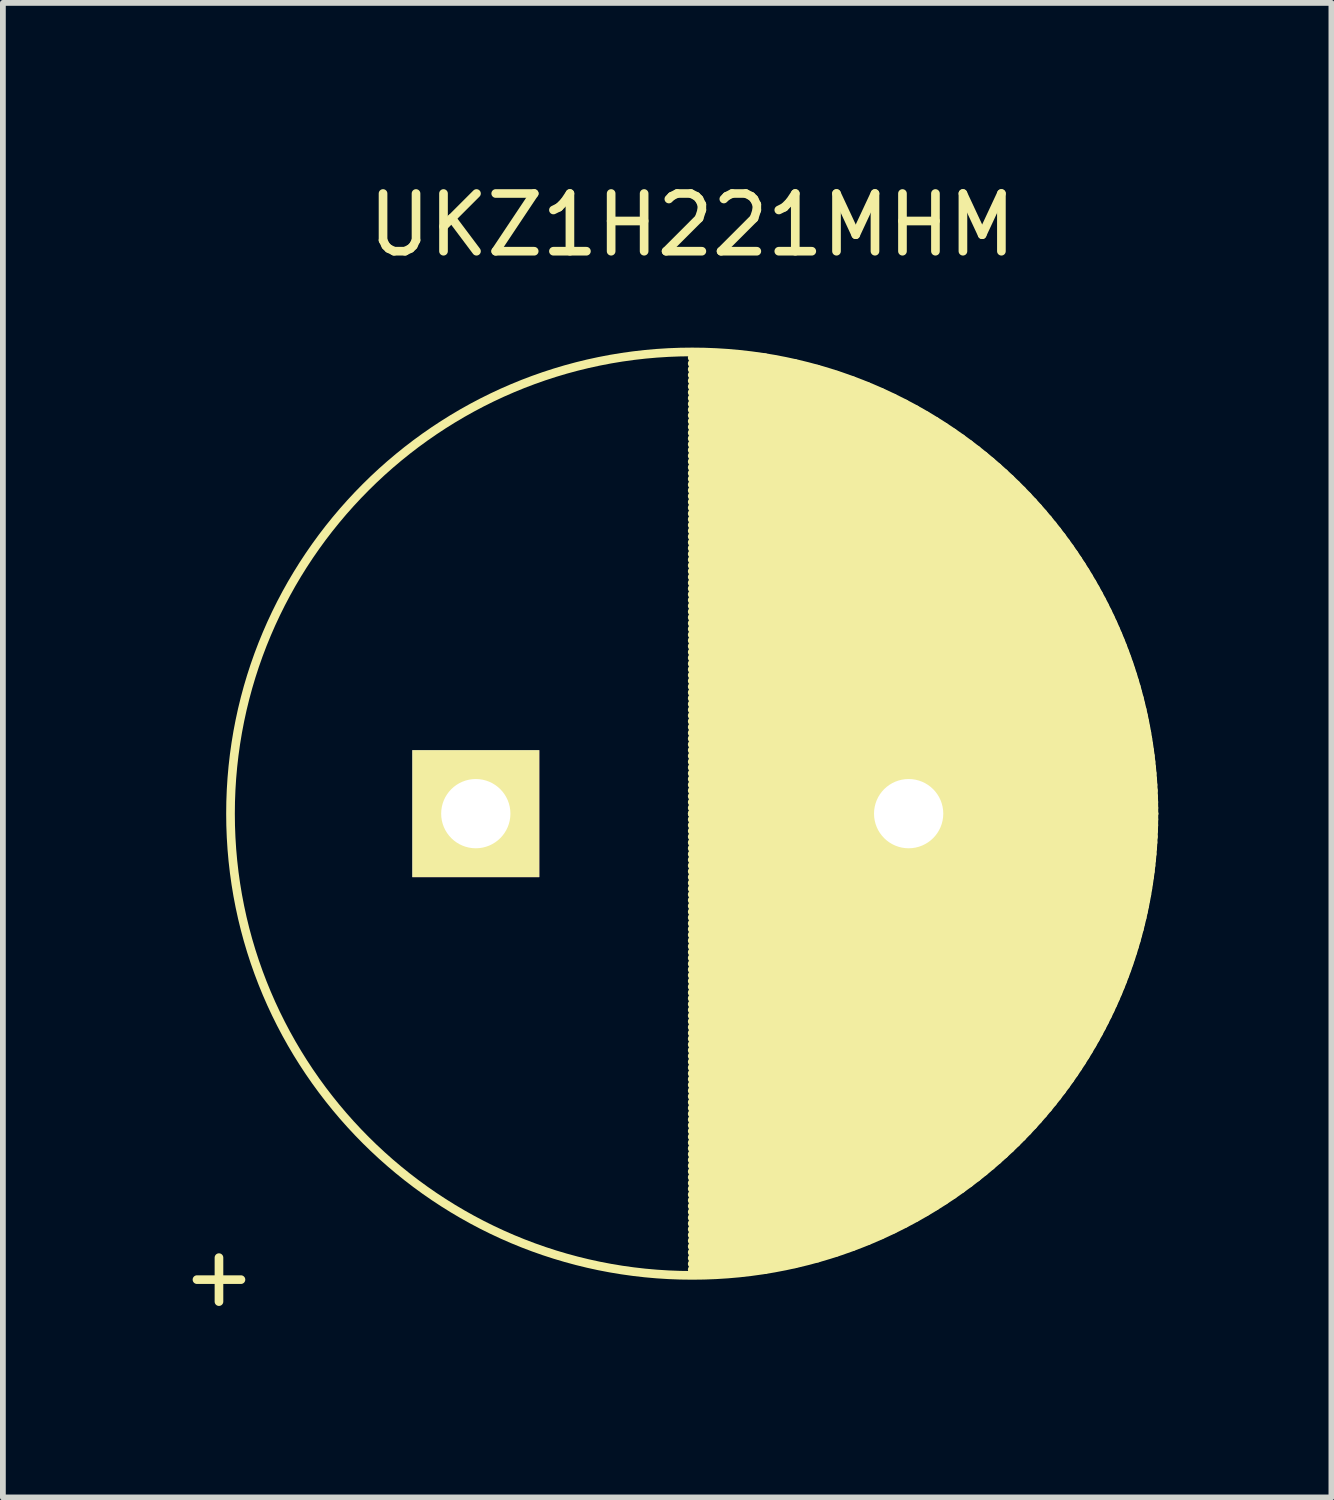
<source format=kicad_pcb>
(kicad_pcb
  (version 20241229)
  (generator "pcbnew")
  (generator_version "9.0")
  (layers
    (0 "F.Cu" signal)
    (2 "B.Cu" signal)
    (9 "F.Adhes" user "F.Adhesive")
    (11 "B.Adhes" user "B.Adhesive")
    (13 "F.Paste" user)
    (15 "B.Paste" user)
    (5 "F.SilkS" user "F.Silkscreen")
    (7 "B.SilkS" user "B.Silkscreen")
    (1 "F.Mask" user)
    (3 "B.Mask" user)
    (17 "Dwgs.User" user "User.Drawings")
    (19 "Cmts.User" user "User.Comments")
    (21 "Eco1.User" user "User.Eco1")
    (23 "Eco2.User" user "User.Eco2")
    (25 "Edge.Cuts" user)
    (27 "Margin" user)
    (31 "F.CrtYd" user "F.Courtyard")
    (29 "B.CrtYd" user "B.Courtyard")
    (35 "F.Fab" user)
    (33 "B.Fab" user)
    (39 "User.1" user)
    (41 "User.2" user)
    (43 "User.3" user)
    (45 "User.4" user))
  (footprint "UKZ1H221MHM"
    (layer "F.Cu")
    (at 5.194 11.048)
    (property "Reference" "UKZ1H221MHM" (at 3.75 -10.2 0) (layer "F.SilkS") (effects (font (size 1 1) (thickness 0.15))))
    (attr through_hole)
    (fp_line (start 3.75 -7.9) (end 5.011 -7.9) (stroke (width 0.15) (type solid)) (layer "F.SilkS"))
    (fp_line (start 3.75 -7.8) (end 5.528 -7.8) (stroke (width 0.15) (type solid)) (layer "F.SilkS"))
    (fp_line (start 3.75 -7.7) (end 5.92 -7.7) (stroke (width 0.15) (type solid)) (layer "F.SilkS"))
    (fp_line (start 3.75 -7.6) (end 6.248 -7.6) (stroke (width 0.15) (type solid)) (layer "F.SilkS"))
    (fp_line (start 3.75 -7.5) (end 6.534 -7.5) (stroke (width 0.15) (type solid)) (layer "F.SilkS"))
    (fp_line (start 3.75 -7.4) (end 6.79 -7.4) (stroke (width 0.15) (type solid)) (layer "F.SilkS"))
    (fp_line (start 3.75 -7.3) (end 7.023 -7.3) (stroke (width 0.15) (type solid)) (layer "F.SilkS"))
    (fp_line (start 3.75 -7.2) (end 7.237 -7.2) (stroke (width 0.15) (type solid)) (layer "F.SilkS"))
    (fp_line (start 3.75 -7.1) (end 7.436 -7.1) (stroke (width 0.15) (type solid)) (layer "F.SilkS"))
    (fp_line (start 3.75 -7) (end 7.623 -7) (stroke (width 0.15) (type solid)) (layer "F.SilkS"))
    (fp_line (start 3.75 -6.9) (end 7.798 -6.9) (stroke (width 0.15) (type solid)) (layer "F.SilkS"))
    (fp_line (start 3.75 -6.8) (end 7.964 -6.8) (stroke (width 0.15) (type solid)) (layer "F.SilkS"))
    (fp_line (start 3.75 -6.7) (end 8.121 -6.7) (stroke (width 0.15) (type solid)) (layer "F.SilkS"))
    (fp_line (start 3.75 -6.6) (end 8.271 -6.6) (stroke (width 0.15) (type solid)) (layer "F.SilkS"))
    (fp_line (start 3.75 -6.5) (end 8.414 -6.5) (stroke (width 0.15) (type solid)) (layer "F.SilkS"))
    (fp_line (start 3.75 -6.4) (end 8.55 -6.4) (stroke (width 0.15) (type solid)) (layer "F.SilkS"))
    (fp_line (start 3.75 -6.3) (end 8.681 -6.3) (stroke (width 0.15) (type solid)) (layer "F.SilkS"))
    (fp_line (start 3.75 -6.2) (end 8.806 -6.2) (stroke (width 0.15) (type solid)) (layer "F.SilkS"))
    (fp_line (start 3.75 -6.1) (end 8.926 -6.1) (stroke (width 0.15) (type solid)) (layer "F.SilkS"))
    (fp_line (start 3.75 -6) (end 9.042 -6) (stroke (width 0.15) (type solid)) (layer "F.SilkS"))
    (fp_line (start 3.75 -5.9) (end 9.153 -5.9) (stroke (width 0.15) (type solid)) (layer "F.SilkS"))
    (fp_line (start 3.75 -5.8) (end 9.26 -5.8) (stroke (width 0.15) (type solid)) (layer "F.SilkS"))
    (fp_line (start 3.75 -5.7) (end 9.363 -5.7) (stroke (width 0.15) (type solid)) (layer "F.SilkS"))
    (fp_line (start 3.75 -5.6) (end 9.463 -5.6) (stroke (width 0.15) (type solid)) (layer "F.SilkS"))
    (fp_line (start 3.75 -5.5) (end 9.559 -5.5) (stroke (width 0.15) (type solid)) (layer "F.SilkS"))
    (fp_line (start 3.75 -5.4) (end 9.653 -5.4) (stroke (width 0.15) (type solid)) (layer "F.SilkS"))
    (fp_line (start 3.75 -5.3) (end 9.742 -5.3) (stroke (width 0.15) (type solid)) (layer "F.SilkS"))
    (fp_line (start 3.75 -5.2) (end 9.829 -5.2) (stroke (width 0.15) (type solid)) (layer "F.SilkS"))
    (fp_line (start 3.75 -5.1) (end 9.914 -5.1) (stroke (width 0.15) (type solid)) (layer "F.SilkS"))
    (fp_line (start 3.75 -5) (end 9.995 -5) (stroke (width 0.15) (type solid)) (layer "F.SilkS"))
    (fp_line (start 3.75 -4.9) (end 10.074 -4.9) (stroke (width 0.15) (type solid)) (layer "F.SilkS"))
    (fp_line (start 3.75 -4.8) (end 10.15 -4.8) (stroke (width 0.15) (type solid)) (layer "F.SilkS"))
    (fp_line (start 3.75 -4.7) (end 10.224 -4.7) (stroke (width 0.15) (type solid)) (layer "F.SilkS"))
    (fp_line (start 3.75 -4.6) (end 10.295 -4.6) (stroke (width 0.15) (type solid)) (layer "F.SilkS"))
    (fp_line (start 3.75 -4.5) (end 10.364 -4.5) (stroke (width 0.15) (type solid)) (layer "F.SilkS"))
    (fp_line (start 3.75 -4.4) (end 10.431 -4.4) (stroke (width 0.15) (type solid)) (layer "F.SilkS"))
    (fp_line (start 3.75 -4.3) (end 10.496 -4.3) (stroke (width 0.15) (type solid)) (layer "F.SilkS"))
    (fp_line (start 3.75 -4.2) (end 10.559 -4.2) (stroke (width 0.15) (type solid)) (layer "F.SilkS"))
    (fp_line (start 3.75 -4.1) (end 10.619 -4.1) (stroke (width 0.15) (type solid)) (layer "F.SilkS"))
    (fp_line (start 3.75 -4) (end 10.678 -4) (stroke (width 0.15) (type solid)) (layer "F.SilkS"))
    (fp_line (start 3.75 -3.9) (end 10.735 -3.9) (stroke (width 0.15) (type solid)) (layer "F.SilkS"))
    (fp_line (start 3.75 -3.8) (end 10.79 -3.8) (stroke (width 0.15) (type solid)) (layer "F.SilkS"))
    (fp_line (start 3.75 -3.7) (end 10.843 -3.7) (stroke (width 0.15) (type solid)) (layer "F.SilkS"))
    (fp_line (start 3.75 -3.6) (end 10.894 -3.6) (stroke (width 0.15) (type solid)) (layer "F.SilkS"))
    (fp_line (start 3.75 -3.5) (end 10.944 -3.5) (stroke (width 0.15) (type solid)) (layer "F.SilkS"))
    (fp_line (start 3.75 -3.4) (end 10.992 -3.4) (stroke (width 0.15) (type solid)) (layer "F.SilkS"))
    (fp_line (start 3.75 -3.3) (end 11.038 -3.3) (stroke (width 0.15) (type solid)) (layer "F.SilkS"))
    (fp_line (start 3.75 -3.2) (end 11.082 -3.2) (stroke (width 0.15) (type solid)) (layer "F.SilkS"))
    (fp_line (start 3.75 -3.1) (end 11.125 -3.1) (stroke (width 0.15) (type solid)) (layer "F.SilkS"))
    (fp_line (start 3.75 -3) (end 11.166 -3) (stroke (width 0.15) (type solid)) (layer "F.SilkS"))
    (fp_line (start 3.75 -2.9) (end 11.206 -2.9) (stroke (width 0.15) (type solid)) (layer "F.SilkS"))
    (fp_line (start 3.75 -2.8) (end 11.244 -2.8) (stroke (width 0.15) (type solid)) (layer "F.SilkS"))
    (fp_line (start 3.75 -2.7) (end 11.281 -2.7) (stroke (width 0.15) (type solid)) (layer "F.SilkS"))
    (fp_line (start 3.75 -2.6) (end 11.316 -2.6) (stroke (width 0.15) (type solid)) (layer "F.SilkS"))
    (fp_line (start 3.75 -2.5) (end 11.349 -2.5) (stroke (width 0.15) (type solid)) (layer "F.SilkS"))
    (fp_line (start 3.75 -2.4) (end 11.382 -2.4) (stroke (width 0.15) (type solid)) (layer "F.SilkS"))
    (fp_line (start 3.75 -2.3) (end 11.412 -2.3) (stroke (width 0.15) (type solid)) (layer "F.SilkS"))
    (fp_line (start 3.75 -2.2) (end 11.442 -2.2) (stroke (width 0.15) (type solid)) (layer "F.SilkS"))
    (fp_line (start 3.75 -2.1) (end 11.469 -2.1) (stroke (width 0.15) (type solid)) (layer "F.SilkS"))
    (fp_line (start 3.75 -2) (end 11.496 -2) (stroke (width 0.15) (type solid)) (layer "F.SilkS"))
    (fp_line (start 3.75 -1.9) (end 11.521 -1.9) (stroke (width 0.15) (type solid)) (layer "F.SilkS"))
    (fp_line (start 3.75 -1.8) (end 11.545 -1.8) (stroke (width 0.15) (type solid)) (layer "F.SilkS"))
    (fp_line (start 3.75 -1.7) (end 11.567 -1.7) (stroke (width 0.15) (type solid)) (layer "F.SilkS"))
    (fp_line (start 3.75 -1.6) (end 11.588 -1.6) (stroke (width 0.15) (type solid)) (layer "F.SilkS"))
    (fp_line (start 3.75 -1.5) (end 11.608 -1.5) (stroke (width 0.15) (type solid)) (layer "F.SilkS"))
    (fp_line (start 3.75 -1.4) (end 11.627 -1.4) (stroke (width 0.15) (type solid)) (layer "F.SilkS"))
    (fp_line (start 3.75 -1.3) (end 11.644 -1.3) (stroke (width 0.15) (type solid)) (layer "F.SilkS"))
    (fp_line (start 3.75 -1.2) (end 11.659 -1.2) (stroke (width 0.15) (type solid)) (layer "F.SilkS"))
    (fp_line (start 3.75 -1.1) (end 11.674 -1.1) (stroke (width 0.15) (type solid)) (layer "F.SilkS"))
    (fp_line (start 3.75 -1) (end 11.687 -1) (stroke (width 0.15) (type solid)) (layer "F.SilkS"))
    (fp_line (start 3.75 -0.9) (end 11.699 -0.9) (stroke (width 0.15) (type solid)) (layer "F.SilkS"))
    (fp_line (start 3.75 -0.8) (end 11.71 -0.8) (stroke (width 0.15) (type solid)) (layer "F.SilkS"))
    (fp_line (start 3.75 -0.7) (end 11.719 -0.7) (stroke (width 0.15) (type solid)) (layer "F.SilkS"))
    (fp_line (start 3.75 -0.6) (end 11.727 -0.6) (stroke (width 0.15) (type solid)) (layer "F.SilkS"))
    (fp_line (start 3.75 -0.5) (end 11.734 -0.5) (stroke (width 0.15) (type solid)) (layer "F.SilkS"))
    (fp_line (start 3.75 -0.4) (end 11.74 -0.4) (stroke (width 0.15) (type solid)) (layer "F.SilkS"))
    (fp_line (start 3.75 -0.3) (end 11.744 -0.3) (stroke (width 0.15) (type solid)) (layer "F.SilkS"))
    (fp_line (start 3.75 -0.2) (end 11.748 -0.2) (stroke (width 0.15) (type solid)) (layer "F.SilkS"))
    (fp_line (start 3.75 -0.1) (end 11.749 -0.1) (stroke (width 0.15) (type solid)) (layer "F.SilkS"))
    (fp_line (start 3.75 0) (end 11.75 0) (stroke (width 0.15) (type solid)) (layer "F.SilkS"))
    (fp_line (start 3.75 0) (end 11.75 0) (stroke (width 0.15) (type solid)) (layer "F.SilkS"))
    (fp_line (start 3.75 0.1) (end 11.749 0.1) (stroke (width 0.15) (type solid)) (layer "F.SilkS"))
    (fp_line (start 3.75 0.2) (end 11.748 0.2) (stroke (width 0.15) (type solid)) (layer "F.SilkS"))
    (fp_line (start 3.75 0.3) (end 11.744 0.3) (stroke (width 0.15) (type solid)) (layer "F.SilkS"))
    (fp_line (start 3.75 0.4) (end 11.74 0.4) (stroke (width 0.15) (type solid)) (layer "F.SilkS"))
    (fp_line (start 3.75 0.5) (end 11.734 0.5) (stroke (width 0.15) (type solid)) (layer "F.SilkS"))
    (fp_line (start 3.75 0.6) (end 11.727 0.6) (stroke (width 0.15) (type solid)) (layer "F.SilkS"))
    (fp_line (start 3.75 0.7) (end 11.719 0.7) (stroke (width 0.15) (type solid)) (layer "F.SilkS"))
    (fp_line (start 3.75 0.8) (end 11.71 0.8) (stroke (width 0.15) (type solid)) (layer "F.SilkS"))
    (fp_line (start 3.75 0.9) (end 11.699 0.9) (stroke (width 0.15) (type solid)) (layer "F.SilkS"))
    (fp_line (start 3.75 1) (end 11.687 1) (stroke (width 0.15) (type solid)) (layer "F.SilkS"))
    (fp_line (start 3.75 1.1) (end 11.674 1.1) (stroke (width 0.15) (type solid)) (layer "F.SilkS"))
    (fp_line (start 3.75 1.2) (end 11.659 1.2) (stroke (width 0.15) (type solid)) (layer "F.SilkS"))
    (fp_line (start 3.75 1.3) (end 11.644 1.3) (stroke (width 0.15) (type solid)) (layer "F.SilkS"))
    (fp_line (start 3.75 1.4) (end 11.627 1.4) (stroke (width 0.15) (type solid)) (layer "F.SilkS"))
    (fp_line (start 3.75 1.5) (end 11.608 1.5) (stroke (width 0.15) (type solid)) (layer "F.SilkS"))
    (fp_line (start 3.75 1.6) (end 11.588 1.6) (stroke (width 0.15) (type solid)) (layer "F.SilkS"))
    (fp_line (start 3.75 1.7) (end 11.567 1.7) (stroke (width 0.15) (type solid)) (layer "F.SilkS"))
    (fp_line (start 3.75 1.8) (end 11.545 1.8) (stroke (width 0.15) (type solid)) (layer "F.SilkS"))
    (fp_line (start 3.75 1.9) (end 11.521 1.9) (stroke (width 0.15) (type solid)) (layer "F.SilkS"))
    (fp_line (start 3.75 2) (end 11.496 2) (stroke (width 0.15) (type solid)) (layer "F.SilkS"))
    (fp_line (start 3.75 2.1) (end 11.469 2.1) (stroke (width 0.15) (type solid)) (layer "F.SilkS"))
    (fp_line (start 3.75 2.2) (end 11.442 2.2) (stroke (width 0.15) (type solid)) (layer "F.SilkS"))
    (fp_line (start 3.75 2.3) (end 11.412 2.3) (stroke (width 0.15) (type solid)) (layer "F.SilkS"))
    (fp_line (start 3.75 2.4) (end 11.382 2.4) (stroke (width 0.15) (type solid)) (layer "F.SilkS"))
    (fp_line (start 3.75 2.5) (end 11.349 2.5) (stroke (width 0.15) (type solid)) (layer "F.SilkS"))
    (fp_line (start 3.75 2.6) (end 11.316 2.6) (stroke (width 0.15) (type solid)) (layer "F.SilkS"))
    (fp_line (start 3.75 2.7) (end 11.281 2.7) (stroke (width 0.15) (type solid)) (layer "F.SilkS"))
    (fp_line (start 3.75 2.8) (end 11.244 2.8) (stroke (width 0.15) (type solid)) (layer "F.SilkS"))
    (fp_line (start 3.75 2.9) (end 11.206 2.9) (stroke (width 0.15) (type solid)) (layer "F.SilkS"))
    (fp_line (start 3.75 3) (end 11.166 3) (stroke (width 0.15) (type solid)) (layer "F.SilkS"))
    (fp_line (start 3.75 3.1) (end 11.125 3.1) (stroke (width 0.15) (type solid)) (layer "F.SilkS"))
    (fp_line (start 3.75 3.2) (end 11.082 3.2) (stroke (width 0.15) (type solid)) (layer "F.SilkS"))
    (fp_line (start 3.75 3.3) (end 11.038 3.3) (stroke (width 0.15) (type solid)) (layer "F.SilkS"))
    (fp_line (start 3.75 3.4) (end 10.992 3.4) (stroke (width 0.15) (type solid)) (layer "F.SilkS"))
    (fp_line (start 3.75 3.5) (end 10.944 3.5) (stroke (width 0.15) (type solid)) (layer "F.SilkS"))
    (fp_line (start 3.75 3.6) (end 10.894 3.6) (stroke (width 0.15) (type solid)) (layer "F.SilkS"))
    (fp_line (start 3.75 3.7) (end 10.843 3.7) (stroke (width 0.15) (type solid)) (layer "F.SilkS"))
    (fp_line (start 3.75 3.8) (end 10.79 3.8) (stroke (width 0.15) (type solid)) (layer "F.SilkS"))
    (fp_line (start 3.75 3.9) (end 10.735 3.9) (stroke (width 0.15) (type solid)) (layer "F.SilkS"))
    (fp_line (start 3.75 4) (end 10.678 4) (stroke (width 0.15) (type solid)) (layer "F.SilkS"))
    (fp_line (start 3.75 4.1) (end 10.619 4.1) (stroke (width 0.15) (type solid)) (layer "F.SilkS"))
    (fp_line (start 3.75 4.2) (end 10.559 4.2) (stroke (width 0.15) (type solid)) (layer "F.SilkS"))
    (fp_line (start 3.75 4.3) (end 10.496 4.3) (stroke (width 0.15) (type solid)) (layer "F.SilkS"))
    (fp_line (start 3.75 4.4) (end 10.431 4.4) (stroke (width 0.15) (type solid)) (layer "F.SilkS"))
    (fp_line (start 3.75 4.5) (end 10.364 4.5) (stroke (width 0.15) (type solid)) (layer "F.SilkS"))
    (fp_line (start 3.75 4.6) (end 10.295 4.6) (stroke (width 0.15) (type solid)) (layer "F.SilkS"))
    (fp_line (start 3.75 4.7) (end 10.224 4.7) (stroke (width 0.15) (type solid)) (layer "F.SilkS"))
    (fp_line (start 3.75 4.8) (end 10.15 4.8) (stroke (width 0.15) (type solid)) (layer "F.SilkS"))
    (fp_line (start 3.75 4.9) (end 10.074 4.9) (stroke (width 0.15) (type solid)) (layer "F.SilkS"))
    (fp_line (start 3.75 5) (end 9.995 5) (stroke (width 0.15) (type solid)) (layer "F.SilkS"))
    (fp_line (start 3.75 5.1) (end 9.914 5.1) (stroke (width 0.15) (type solid)) (layer "F.SilkS"))
    (fp_line (start 3.75 5.2) (end 9.829 5.2) (stroke (width 0.15) (type solid)) (layer "F.SilkS"))
    (fp_line (start 3.75 5.3) (end 9.742 5.3) (stroke (width 0.15) (type solid)) (layer "F.SilkS"))
    (fp_line (start 3.75 5.4) (end 9.653 5.4) (stroke (width 0.15) (type solid)) (layer "F.SilkS"))
    (fp_line (start 3.75 5.5) (end 9.559 5.5) (stroke (width 0.15) (type solid)) (layer "F.SilkS"))
    (fp_line (start 3.75 5.6) (end 9.463 5.6) (stroke (width 0.15) (type solid)) (layer "F.SilkS"))
    (fp_line (start 3.75 5.7) (end 9.363 5.7) (stroke (width 0.15) (type solid)) (layer "F.SilkS"))
    (fp_line (start 3.75 5.8) (end 9.26 5.8) (stroke (width 0.15) (type solid)) (layer "F.SilkS"))
    (fp_line (start 3.75 5.9) (end 9.153 5.9) (stroke (width 0.15) (type solid)) (layer "F.SilkS"))
    (fp_line (start 3.75 6) (end 9.042 6) (stroke (width 0.15) (type solid)) (layer "F.SilkS"))
    (fp_line (start 3.75 6.1) (end 8.926 6.1) (stroke (width 0.15) (type solid)) (layer "F.SilkS"))
    (fp_line (start 3.75 6.2) (end 8.806 6.2) (stroke (width 0.15) (type solid)) (layer "F.SilkS"))
    (fp_line (start 3.75 6.3) (end 8.681 6.3) (stroke (width 0.15) (type solid)) (layer "F.SilkS"))
    (fp_line (start 3.75 6.4) (end 8.55 6.4) (stroke (width 0.15) (type solid)) (layer "F.SilkS"))
    (fp_line (start 3.75 6.5) (end 8.414 6.5) (stroke (width 0.15) (type solid)) (layer "F.SilkS"))
    (fp_line (start 3.75 6.6) (end 8.271 6.6) (stroke (width 0.15) (type solid)) (layer "F.SilkS"))
    (fp_line (start 3.75 6.7) (end 8.121 6.7) (stroke (width 0.15) (type solid)) (layer "F.SilkS"))
    (fp_line (start 3.75 6.8) (end 7.964 6.8) (stroke (width 0.15) (type solid)) (layer "F.SilkS"))
    (fp_line (start 3.75 6.9) (end 7.798 6.9) (stroke (width 0.15) (type solid)) (layer "F.SilkS"))
    (fp_line (start 3.75 7) (end 7.623 7) (stroke (width 0.15) (type solid)) (layer "F.SilkS"))
    (fp_line (start 3.75 7.1) (end 7.436 7.1) (stroke (width 0.15) (type solid)) (layer "F.SilkS"))
    (fp_line (start 3.75 7.2) (end 7.237 7.2) (stroke (width 0.15) (type solid)) (layer "F.SilkS"))
    (fp_line (start 3.75 7.3) (end 7.023 7.3) (stroke (width 0.15) (type solid)) (layer "F.SilkS"))
    (fp_line (start 3.75 7.4) (end 6.79 7.4) (stroke (width 0.15) (type solid)) (layer "F.SilkS"))
    (fp_line (start 3.75 7.5) (end 6.534 7.5) (stroke (width 0.15) (type solid)) (layer "F.SilkS"))
    (fp_line (start 3.75 7.6) (end 6.248 7.6) (stroke (width 0.15) (type solid)) (layer "F.SilkS"))
    (fp_line (start 3.75 7.7) (end 5.92 7.7) (stroke (width 0.15) (type solid)) (layer "F.SilkS"))
    (fp_line (start 3.75 7.8) (end 5.528 7.8) (stroke (width 0.15) (type solid)) (layer "F.SilkS"))
    (fp_line (start 3.75 7.9) (end 5.011 7.9) (stroke (width 0.15) (type solid)) (layer "F.SilkS"))
    (fp_circle (center 3.75 0) (end 3.75 -8) (stroke (width 0.15) (type solid)) (fill no) (layer "F.SilkS"))
    (fp_text user "+" (at -4.45 8 0) (layer "F.SilkS") (effects (font (size 1 1) (thickness 0.15))))
    (pad "1" thru_hole rect (at 0 0) (size 2.2 2.2) (drill 1.2) (layers "*.Cu" "*.Mask" "F.SilkS"))
    (pad "2" thru_hole circle (at 7.5 0) (size 2.2 2.2) (drill 1.2) (layers "*.Cu" "*.Mask" "F.SilkS")))
  (gr_rect
    (start -3 -3)
    (end 20.019 22.896)
    (stroke (width 0.1) (type default))
    (fill no)
    (layer "Edge.Cuts")))
</source>
